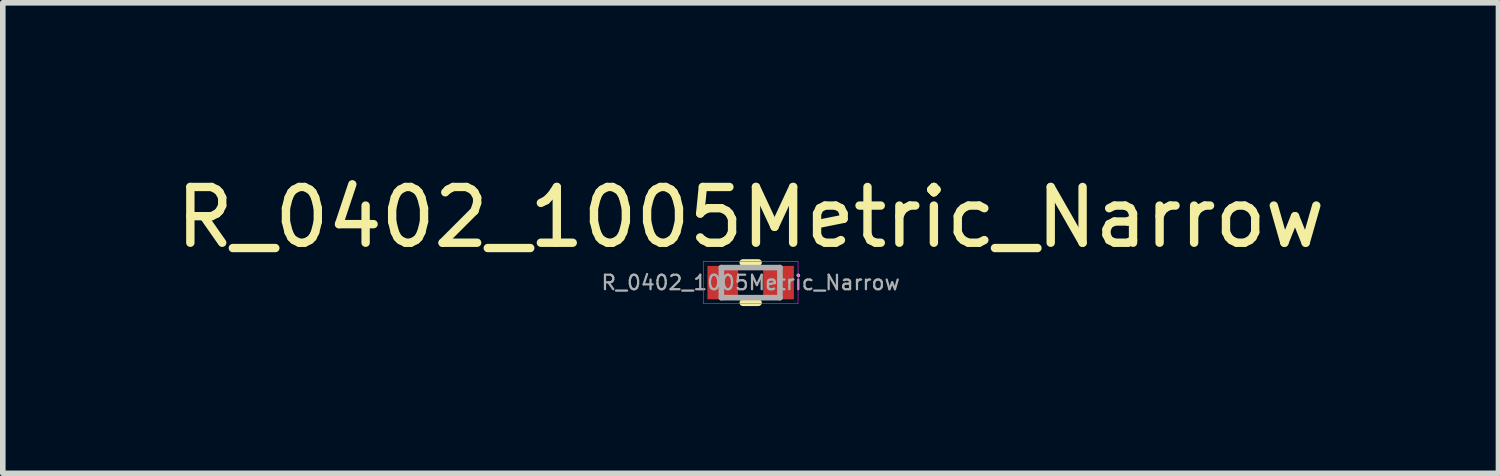
<source format=kicad_pcb>
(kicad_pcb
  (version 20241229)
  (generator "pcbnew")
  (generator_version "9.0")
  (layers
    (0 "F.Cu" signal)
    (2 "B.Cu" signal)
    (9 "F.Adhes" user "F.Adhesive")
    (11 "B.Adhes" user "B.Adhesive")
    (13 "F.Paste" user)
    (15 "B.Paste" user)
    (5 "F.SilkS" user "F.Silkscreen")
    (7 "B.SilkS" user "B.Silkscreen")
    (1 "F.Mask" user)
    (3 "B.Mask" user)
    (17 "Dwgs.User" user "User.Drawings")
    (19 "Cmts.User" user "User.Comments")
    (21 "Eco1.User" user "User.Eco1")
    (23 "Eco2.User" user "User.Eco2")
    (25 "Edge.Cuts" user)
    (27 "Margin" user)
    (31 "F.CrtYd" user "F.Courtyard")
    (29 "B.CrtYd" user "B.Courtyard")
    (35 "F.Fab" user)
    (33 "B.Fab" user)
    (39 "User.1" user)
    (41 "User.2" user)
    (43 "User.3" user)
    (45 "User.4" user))
  (footprint "R_0402_1005Metric_Narrow"
    (layer "F.Cu")
    (at 10.411 2.018)
    (property "Reference" "R_0402_1005Metric_Narrow" (at 0 -1.17 0) (layer "F.SilkS") (effects (font (size 1 1) (thickness 0.15))))
    (attr smd)
    (fp_line (start -0.14 -0.36) (end 0.14 -0.36) (stroke (width 0.12) (type solid)) (layer "F.SilkS"))
    (fp_line (start 0.14 0.36) (end -0.14 0.36) (stroke (width 0.12) (type solid)) (layer "F.SilkS"))
    (fp_line (start -0.85 -0.375) (end 0.85 -0.375) (stroke (width 0.01) (type solid)) (layer "F.CrtYd"))
    (fp_line (start -0.85 0.375) (end -0.85 -0.375) (stroke (width 0.01) (type solid)) (layer "F.CrtYd"))
    (fp_line (start 0.85 -0.375) (end 0.85 0.375) (stroke (width 0.01) (type solid)) (layer "F.CrtYd"))
    (fp_line (start 0.85 0.375) (end -0.85 0.375) (stroke (width 0.01) (type solid)) (layer "F.CrtYd"))
    (fp_line (start -0.525 -0.27) (end 0.525 -0.27) (stroke (width 0.1) (type solid)) (layer "F.Fab"))
    (fp_line (start -0.525 0.27) (end -0.525 -0.27) (stroke (width 0.1) (type solid)) (layer "F.Fab"))
    (fp_line (start 0.525 -0.27) (end 0.525 0.27) (stroke (width 0.1) (type solid)) (layer "F.Fab"))
    (fp_line (start 0.525 0.27) (end -0.525 0.27) (stroke (width 0.1) (type solid)) (layer "F.Fab"))
    (fp_text user "${REFERENCE}" (at 0 0 0) (layer "F.Fab") (effects (font (size 0.26 0.26) (thickness 0.04))))
    (pad "1" smd rect (at -0.5 0) (size 0.55 0.6) (layers "F.Cu" "F.Mask" "F.Paste"))
    (pad "2" smd rect (at 0.5 0) (size 0.55 0.6) (layers "F.Cu" "F.Mask" "F.Paste")))
  (gr_rect
    (start -3 -3)
    (end 23.821 5.438)
    (stroke (width 0.1) (type default))
    (fill no)
    (layer "Edge.Cuts")))
</source>
